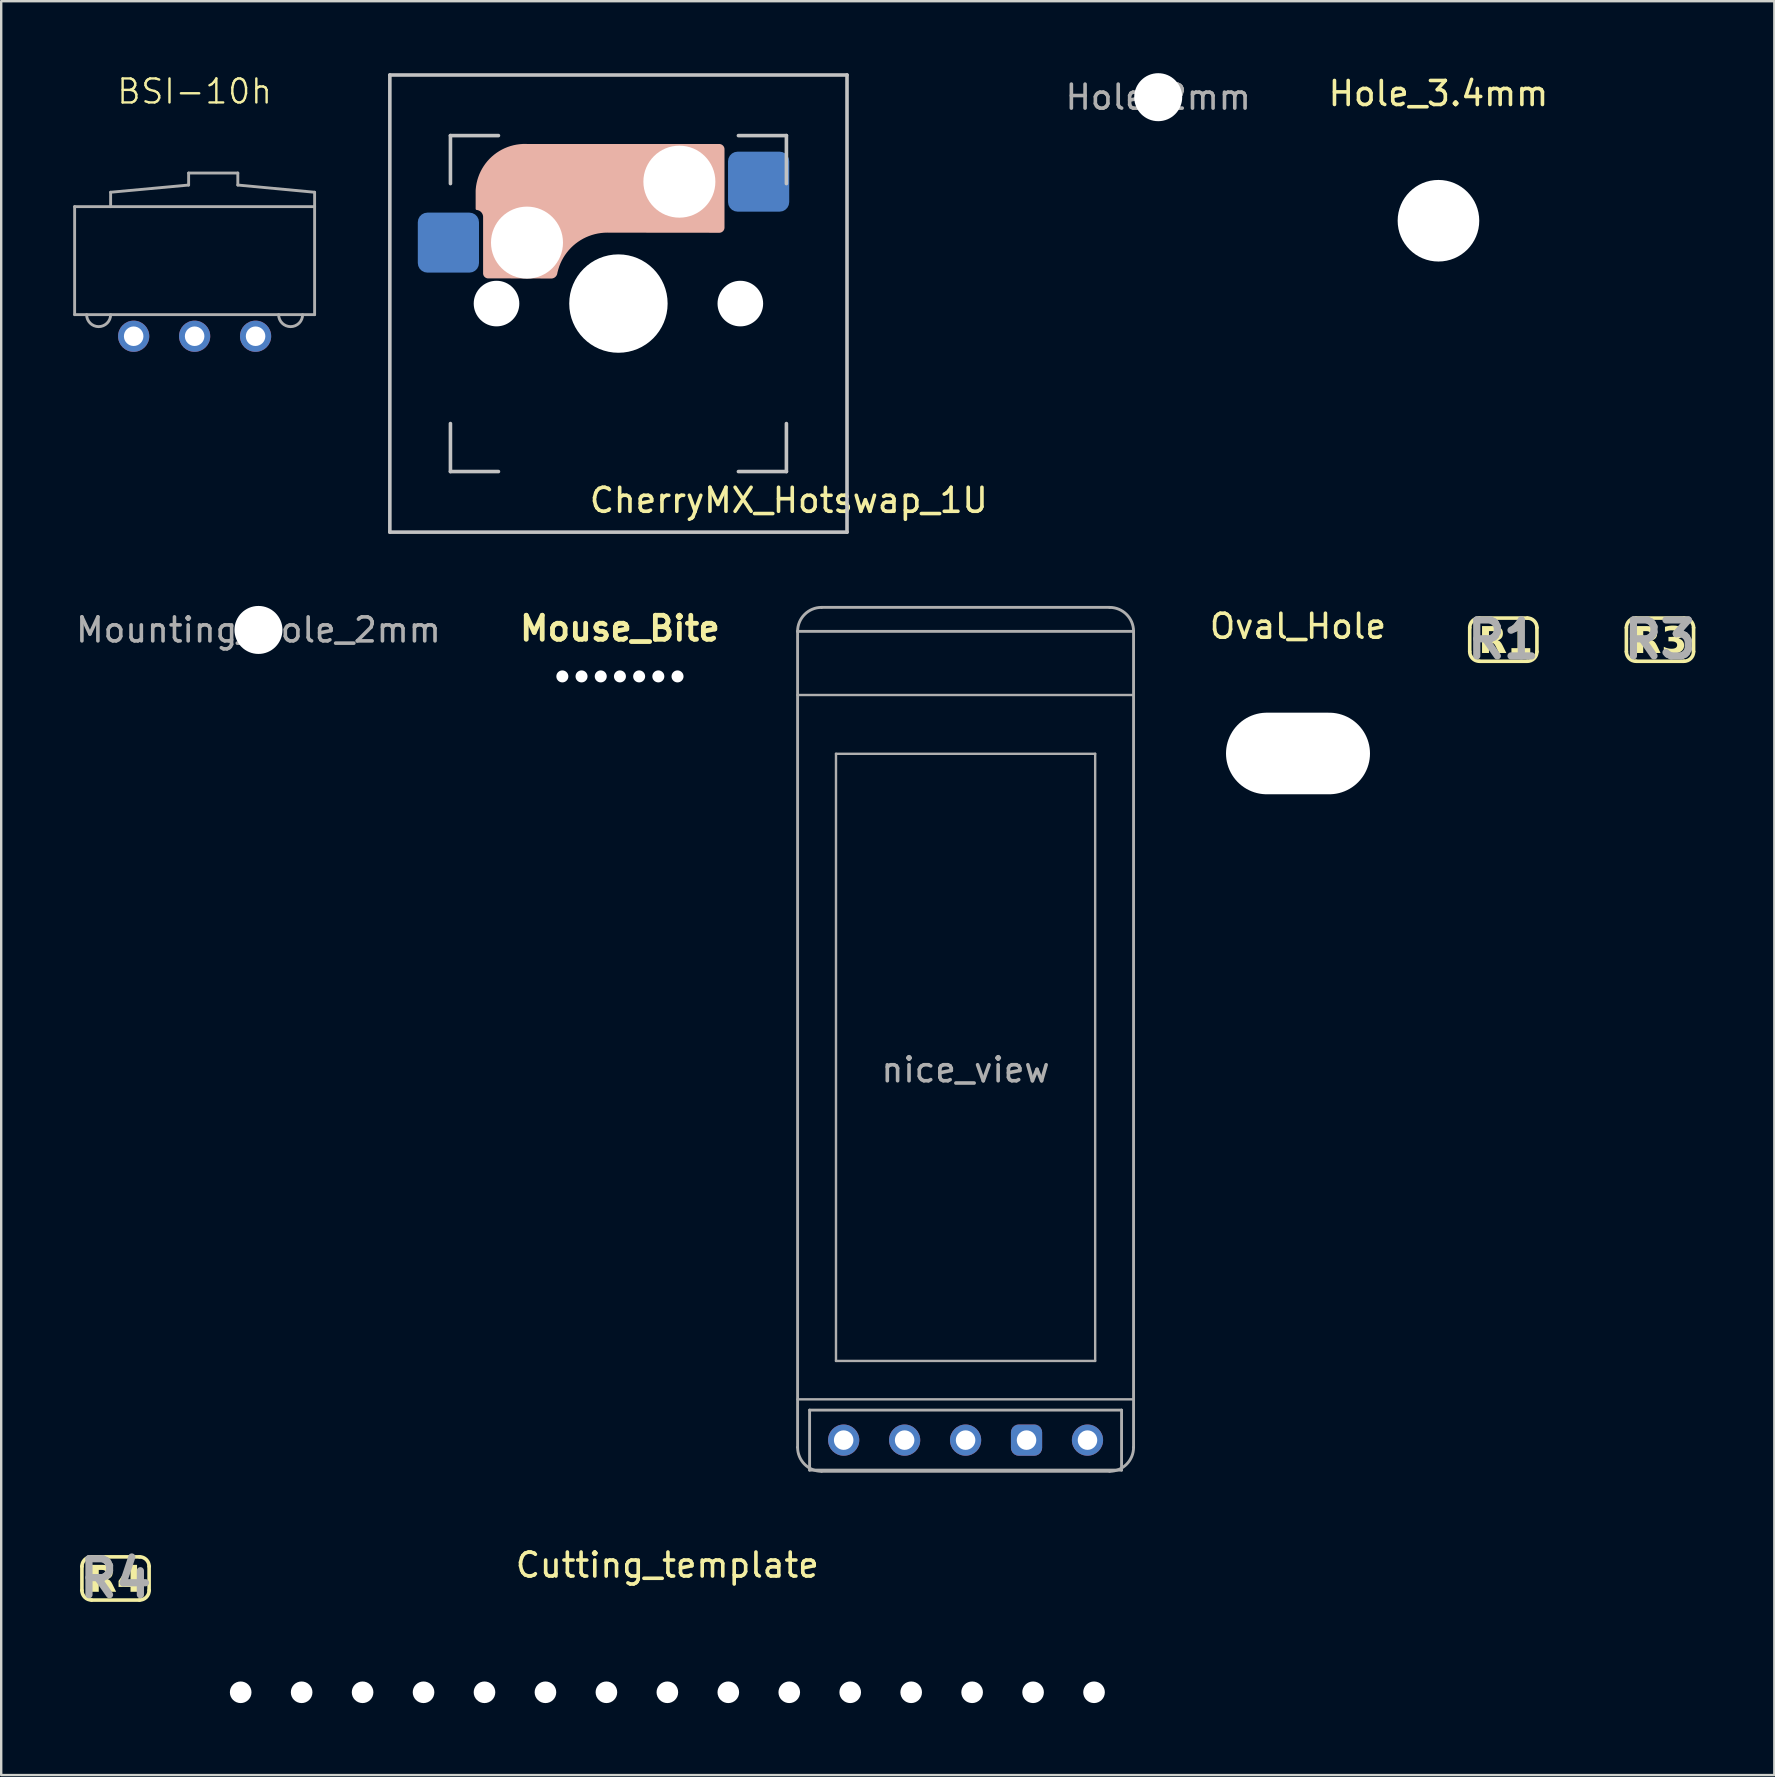
<source format=kicad_pcb>
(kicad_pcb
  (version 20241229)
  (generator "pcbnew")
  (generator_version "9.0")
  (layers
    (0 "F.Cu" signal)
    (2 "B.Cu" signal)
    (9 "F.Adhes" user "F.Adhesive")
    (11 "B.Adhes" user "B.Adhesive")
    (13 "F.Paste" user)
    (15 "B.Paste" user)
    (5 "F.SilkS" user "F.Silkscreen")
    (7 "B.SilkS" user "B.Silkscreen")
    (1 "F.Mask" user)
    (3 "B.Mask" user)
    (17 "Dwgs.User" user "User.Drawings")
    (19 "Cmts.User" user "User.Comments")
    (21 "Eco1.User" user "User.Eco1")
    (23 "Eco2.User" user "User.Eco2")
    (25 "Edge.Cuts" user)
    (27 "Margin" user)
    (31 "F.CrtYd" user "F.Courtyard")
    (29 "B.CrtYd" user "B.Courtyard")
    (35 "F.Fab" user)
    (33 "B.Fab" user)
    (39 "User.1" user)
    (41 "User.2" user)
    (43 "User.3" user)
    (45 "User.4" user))
  (footprint "Oval_Hole"
    (layer "F.Cu")
    (at 51.038 28.348)
    (property "Reference" "Oval_Hole" (at 0 -5.3 0) (layer "F.SilkS") (effects (font (size 1 1) (thickness 0.15))))
    (attr exclude_from_pos_files)
    (pad "" np_thru_hole oval (at 0 0) (size 6 3.4) (drill oval 6 3.4) (layers "*.Cu" "*.Mask")))
  (footprint "CherryMX_Hotswap_1U"
    (layer "F.Cu")
    (at 22.72 9.6)
    (property "Reference" "CherryMX_Hotswap_1U" (at 7.1 8.2 0) (layer "F.SilkS") (effects (font (size 1 1) (thickness 0.15))))
    (attr smd)
    (fp_poly (pts (arc (start -0.399851 -3.004945) (mid -1.821844 -2.531057) (end -2.6 -1.25)) (arc (start -2.6 -1.25) (mid -2.673129 -1.137507) (end -2.8 -1.093845)) (arc (start -5.429056 -1.099727) (mid -5.542446 -1.146843) (end -5.589054 -1.260443)) (arc (start -5.589054 -3.620443) (mid -5.682893 -3.843375) (end -5.9 -3.95)) (arc (start -5.9 -4.699999) (mid -5.243504 -6.084924) (end -3.800001 -6.6)) (arc (start 4.2 -6.599792) (mid 4.320205 -6.55) (end 4.37 -6.429792)) (arc (start 4.370208 -3.17) (mid 4.320417 -3.049789) (end 4.200208 -3))) (stroke (width 0.1) (type solid)) (fill yes) (layer "B.SilkS"))
    (fp_line (start -9.525 -9.525) (end 9.525 -9.525) (stroke (width 0.15) (type solid)) (layer "Dwgs.User"))
    (fp_line (start -9.525 9.525) (end -9.525 -9.525) (stroke (width 0.15) (type solid)) (layer "Dwgs.User"))
    (fp_line (start -7 -7) (end -5 -7) (stroke (width 0.15) (type solid)) (layer "Dwgs.User"))
    (fp_line (start -7 -5) (end -7 -7) (stroke (width 0.15) (type solid)) (layer "Dwgs.User"))
    (fp_line (start -7 5) (end -7 7) (stroke (width 0.15) (type solid)) (layer "Dwgs.User"))
    (fp_line (start -7 7) (end -5 7) (stroke (width 0.15) (type solid)) (layer "Dwgs.User"))
    (fp_line (start 5 7) (end 7 7) (stroke (width 0.15) (type solid)) (layer "Dwgs.User"))
    (fp_line (start 7 -7) (end 5 -7) (stroke (width 0.15) (type solid)) (layer "Dwgs.User"))
    (fp_line (start 7 -7) (end 7 -5) (stroke (width 0.15) (type solid)) (layer "Dwgs.User"))
    (fp_line (start 7 7) (end 7 5) (stroke (width 0.15) (type solid)) (layer "Dwgs.User"))
    (fp_line (start 9.525 -9.525) (end 9.525 9.525) (stroke (width 0.15) (type solid)) (layer "Dwgs.User"))
    (fp_line (start 9.525 9.525) (end -9.525 9.525) (stroke (width 0.15) (type solid)) (layer "Dwgs.User"))
    (pad "" np_thru_hole circle (at -5.08 0) (size 1.9 1.9) (drill 1.9) (layers "*.Cu" "*.Mask"))
    (pad "" np_thru_hole circle (at -3.81 -2.54) (size 3 3) (drill 3) (layers "*.Cu" "*.Mask"))
    (pad "" np_thru_hole circle (at 0 0 90) (size 4.1 4.1) (drill 4.1) (layers "*.Cu" "*.Mask"))
    (pad "" np_thru_hole circle (at 2.54 -5.08) (size 3 3) (drill 3) (layers "*.Cu" "*.Mask"))
    (pad "" np_thru_hole circle (at 5.08 0) (size 1.9 1.9) (drill 1.9) (layers "*.Cu" "*.Mask"))
    (pad "1" smd roundrect (at -7.085 -2.54 180) (size 2.55 2.5) (layers "B.Cu" "B.Mask" "B.Paste") (roundrect_rratio 0.16))
    (pad "2" smd roundrect (at 5.842 -5.08 180) (size 2.55 2.5) (layers "B.Cu" "B.Mask" "B.Paste") (roundrect_rratio 0.16)))
  (footprint "BSI-10h"
    (layer "F.Cu")
    (at 5.06 5.561)
    (property "Reference" "BSI-10h" (at 0 -4.8 0) (unlocked yes) (layer "F.SilkS") (effects (font (size 1 1) (thickness 0.1))))
    (attr through_hole)
    (fp_line (start -5 0) (end 5 0) (stroke (width 0.12) (type default)) (layer "F.Fab"))
    (fp_line (start -5 4.5) (end -5 0) (stroke (width 0.12) (type default)) (layer "F.Fab"))
    (fp_line (start -3.5 -0.6) (end -0.25 -0.9) (stroke (width 0.12) (type default)) (layer "F.Fab"))
    (fp_line (start -3.5 0) (end -3.5 -0.6) (stroke (width 0.12) (type default)) (layer "F.Fab"))
    (fp_line (start -0.25 -1.4) (end -0.25 -0.9) (stroke (width 0.12) (type default)) (layer "F.Fab"))
    (fp_line (start -0.25 -1.4) (end 1.8 -1.4) (stroke (width 0.12) (type default)) (layer "F.Fab"))
    (fp_line (start 1.8 -1.4) (end 1.8 -0.9) (stroke (width 0.12) (type default)) (layer "F.Fab"))
    (fp_line (start 5 -0.6) (end 1.8 -0.9) (stroke (width 0.12) (type default)) (layer "F.Fab"))
    (fp_line (start 5 -0.6) (end 5 0) (stroke (width 0.12) (type default)) (layer "F.Fab"))
    (fp_line (start 5 0) (end 5 4.5) (stroke (width 0.12) (type default)) (layer "F.Fab"))
    (fp_line (start 5 4.5) (end -5 4.5) (stroke (width 0.12) (type default)) (layer "F.Fab"))
    (fp_arc (start -3.5 4.5) (mid -4 5) (end -4.5 4.5) (stroke (width 0.12) (type default)) (layer "F.Fab"))
    (fp_arc (start 4.5 4.5) (mid 4 5) (end 3.5 4.5) (stroke (width 0.12) (type default)) (layer "F.Fab"))
    (pad "1" thru_hole circle (at 0 5.4) (size 1.3 1.3) (drill 0.813) (layers "*.Cu" "B.Mask"))
    (pad "2" thru_hole circle (at -2.54 5.4) (size 1.3 1.3) (drill 0.813) (layers "*.Cu" "B.Mask"))
    (pad "3" thru_hole circle (at 2.54 5.4) (size 1.3 1.3) (drill 0.813) (layers "*.Cu" "B.Mask")))
  (footprint "Hole_2mm"
    (layer "F.Cu")
    (at 45.213 1)
    (property "Reference" "Hole_2mm" (at 0 0 0) (layer "F.Fab") (effects (font (size 1 1) (thickness 0.15))))
    (attr through_hole)
    (pad "" np_thru_hole circle (at 0 0 270) (size 2 2) (drill 2) (layers "*.Cu" "*.Mask")))
  (footprint "Mounting_Hole_2mm"
    (layer "F.Cu")
    (at 7.72 23.2)
    (property "Reference" "Mounting_Hole_2mm" (at 0 0 0) (layer "F.Fab") (effects (font (size 1 1) (thickness 0.15))))
    (pad "" np_thru_hole circle (at 0 0 270) (size 2 2) (drill 2) (layers "*.Cu" "*.Mask")))
  (footprint "R4"
    (layer "F.Cu")
    (at 1.764 62.724)
    (property "Reference" "R4" (at 0 0 0) (layer "F.Fab") (effects (font (size 1.5 1.5) (thickness 0.3))))
    (attr board_only exclude_from_pos_files exclude_from_bom)
    (fp_line (start -1.4 0.5) (end -1.4 -0.5) (stroke (width 0.15) (type default)) (layer "F.SilkS"))
    (fp_line (start 1 -0.9) (end -1 -0.9) (stroke (width 0.15) (type default)) (layer "F.SilkS"))
    (fp_line (start 1 0.9) (end -1 0.9) (stroke (width 0.15) (type default)) (layer "F.SilkS"))
    (fp_line (start 1.4 0.5) (end 1.4 -0.5) (stroke (width 0.15) (type default)) (layer "F.SilkS"))
    (fp_arc (start -1.4 -0.5) (mid -1.282843 -0.782843) (end -1 -0.9) (stroke (width 0.15) (type default)) (layer "F.SilkS"))
    (fp_arc (start -1 0.9) (mid -1.282843 0.782843) (end -1.4 0.5) (stroke (width 0.15) (type default)) (layer "F.SilkS"))
    (fp_arc (start 1 -0.9) (mid 1.282843 -0.782843) (end 1.4 -0.5) (stroke (width 0.15) (type default)) (layer "F.SilkS"))
    (fp_arc (start 1.4 0.5) (mid 1.282843 0.782843) (end 1 0.9) (stroke (width 0.15) (type default)) (layer "F.SilkS"))
    (fp_text user "R4" (at 0 0.1 0) (unlocked yes) (layer "F.SilkS") (effects (font (face "Roboto") (size 1.1 1.1) (thickness 0.22) (bold yes)))))
  (footprint "Mouse_Bite"
    (layer "F.Cu")
    (at 22.783 25.136)
    (property "Reference" "Mouse_Bite" (at 0 -2 0) (layer "F.SilkS") (effects (font (size 1 1) (thickness 0.2))))
    (pad "" np_thru_hole circle (at -2.4 0) (size 0.5 0.5) (drill 0.5) (layers "*.Cu" "*.Mask"))
    (pad "" np_thru_hole circle (at -1.6 0) (size 0.5 0.5) (drill 0.5) (layers "*.Cu" "*.Mask"))
    (pad "" np_thru_hole circle (at -0.8 0) (size 0.5 0.5) (drill 0.5) (layers "*.Cu" "*.Mask"))
    (pad "" np_thru_hole circle (at 0 0) (size 0.5 0.5) (drill 0.5) (layers "*.Cu" "*.Mask"))
    (pad "" np_thru_hole circle (at 0.8 0) (size 0.5 0.5) (drill 0.5) (layers "*.Cu" "*.Mask"))
    (pad "" np_thru_hole circle (at 1.6 0) (size 0.5 0.5) (drill 0.5) (layers "*.Cu" "*.Mask"))
    (pad "" np_thru_hole circle (at 2.4 0) (size 0.5 0.5) (drill 0.5) (layers "*.Cu" "*.Mask")))
  (footprint "R3"
    (layer "F.Cu")
    (at 66.122 23.604)
    (property "Reference" "R3" (at 0 0 0) (layer "F.Fab") (effects (font (size 1.5 1.5) (thickness 0.3))))
    (attr board_only exclude_from_pos_files exclude_from_bom)
    (fp_line (start -1.4 -0.5) (end -1.4 0.5) (stroke (width 0.15) (type default)) (layer "F.SilkS"))
    (fp_line (start -1 -0.9) (end 1 -0.9) (stroke (width 0.15) (type default)) (layer "F.SilkS"))
    (fp_line (start -1 0.9) (end 1 0.9) (stroke (width 0.15) (type default)) (layer "F.SilkS"))
    (fp_line (start 1.4 -0.5) (end 1.4 0.5) (stroke (width 0.15) (type default)) (layer "F.SilkS"))
    (fp_arc (start -1.4 -0.5) (mid -1.282843 -0.782843) (end -1 -0.9) (stroke (width 0.15) (type default)) (layer "F.SilkS"))
    (fp_arc (start -1 0.9) (mid -1.282843 0.782843) (end -1.4 0.5) (stroke (width 0.15) (type default)) (layer "F.SilkS"))
    (fp_arc (start 1 -0.9) (mid 1.282843 -0.782843) (end 1.4 -0.5) (stroke (width 0.15) (type default)) (layer "F.SilkS"))
    (fp_arc (start 1.4 0.5) (mid 1.282843 0.782843) (end 1 0.9) (stroke (width 0.15) (type default)) (layer "F.SilkS"))
    (fp_text user "R3" (at 0 0.1 0) (unlocked yes) (layer "F.SilkS") (effects (font (face "Roboto") (size 1.1 1.1) (thickness 0.22) (bold yes)))))
  (footprint "Сutting_template"
    (layer "F.Cu")
    (at 24.759 67.468)
    (property "Reference" "Сutting_template" (at 0 -5.3 0) (layer "F.SilkS") (effects (font (size 1 1) (thickness 0.15))))
    (attr exclude_from_pos_files)
    (pad "" np_thru_hole circle (at -17.78 0) (size 0.9 0.9) (drill 0.9) (layers "*.Cu" "*.Mask"))
    (pad "" np_thru_hole circle (at -15.24 0) (size 0.9 0.9) (drill 0.9) (layers "*.Cu" "*.Mask"))
    (pad "" np_thru_hole circle (at -12.7 0) (size 0.9 0.9) (drill 0.9) (layers "*.Cu" "*.Mask"))
    (pad "" np_thru_hole circle (at -10.16 0) (size 0.9 0.9) (drill 0.9) (layers "*.Cu" "*.Mask"))
    (pad "" np_thru_hole circle (at -7.62 0) (size 0.9 0.9) (drill 0.9) (layers "*.Cu" "*.Mask"))
    (pad "" np_thru_hole circle (at -5.08 0) (size 0.9 0.9) (drill 0.9) (layers "*.Cu" "*.Mask"))
    (pad "" np_thru_hole circle (at -2.54 0) (size 0.9 0.9) (drill 0.9) (layers "*.Cu" "*.Mask"))
    (pad "" np_thru_hole circle (at 0 0) (size 0.9 0.9) (drill 0.9) (layers "*.Cu" "*.Mask"))
    (pad "" np_thru_hole circle (at 2.54 0) (size 0.9 0.9) (drill 0.9) (layers "*.Cu" "*.Mask"))
    (pad "" np_thru_hole circle (at 5.08 0) (size 0.9 0.9) (drill 0.9) (layers "*.Cu" "*.Mask"))
    (pad "" np_thru_hole circle (at 7.62 0) (size 0.9 0.9) (drill 0.9) (layers "*.Cu" "*.Mask"))
    (pad "" np_thru_hole circle (at 10.16 0) (size 0.9 0.9) (drill 0.9) (layers "*.Cu" "*.Mask"))
    (pad "" np_thru_hole circle (at 12.7 0) (size 0.9 0.9) (drill 0.9) (layers "*.Cu" "*.Mask"))
    (pad "" np_thru_hole circle (at 15.24 0) (size 0.9 0.9) (drill 0.9) (layers "*.Cu" "*.Mask"))
    (pad "" np_thru_hole circle (at 17.78 0) (size 0.9 0.9) (drill 0.9) (layers "*.Cu" "*.Mask")))
  (footprint "nice_view"
    (layer "F.Cu")
    (at 37.186 56.96)
    (property "Reference" "nice_view" (at 0 -15.43 0) (unlocked yes) (layer "F.Fab") (effects (font (size 1 1) (thickness 0.15))))
    (attr through_hole)
    (fp_line (start -7 -31.05) (end 7 -31.05) (stroke (width 0.1) (type default)) (layer "F.Fab"))
    (fp_line (start -7 -1.7) (end 7 -1.7) (stroke (width 0.1) (type default)) (layer "F.Fab"))
    (fp_line (start -7 0.3) (end -7 -33.7) (stroke (width 0.12) (type solid)) (layer "F.Fab"))
    (fp_line (start -6.5 -1.25) (end -6.5 1.25) (stroke (width 0.12) (type default)) (layer "F.Fab"))
    (fp_line (start -6.5 -1.25) (end 6.5 -1.25) (stroke (width 0.12) (type default)) (layer "F.Fab"))
    (fp_line (start -6.5 1.25) (end 6.5 1.25) (stroke (width 0.12) (type default)) (layer "F.Fab"))
    (fp_line (start -6 -34.7) (end 6 -34.7) (stroke (width 0.12) (type solid)) (layer "F.Fab"))
    (fp_line (start -5.4 -28.6) (end -5.4 -3.3) (stroke (width 0.1) (type default)) (layer "F.Fab"))
    (fp_line (start -5.4 -28.6) (end 5.4 -28.6) (stroke (width 0.1) (type default)) (layer "F.Fab"))
    (fp_line (start 5.4 -28.6) (end 5.4 -3.3) (stroke (width 0.1) (type default)) (layer "F.Fab"))
    (fp_line (start 5.4 -3.3) (end -5.4 -3.3) (stroke (width 0.1) (type default)) (layer "F.Fab"))
    (fp_line (start 6 1.3) (end -6 1.3) (stroke (width 0.12) (type solid)) (layer "F.Fab"))
    (fp_line (start 6.5 -1.25) (end 6.5 1.25) (stroke (width 0.12) (type default)) (layer "F.Fab"))
    (fp_line (start 7 -33.7) (end -7 -33.7) (stroke (width 0.12) (type solid)) (layer "F.Fab"))
    (fp_line (start 7 -33.7) (end 7 0.3) (stroke (width 0.12) (type solid)) (layer "F.Fab"))
    (fp_arc (start -7 -33.7) (mid -6.707106 -34.407106) (end -6 -34.7) (stroke (width 0.12) (type default)) (layer "F.Fab"))
    (fp_arc (start -6 1.3) (mid -6.707107 1.007107) (end -7 0.3) (stroke (width 0.12) (type solid)) (layer "F.Fab"))
    (fp_arc (start 6 -34.7) (mid 6.707107 -34.407107) (end 7 -33.7) (stroke (width 0.12) (type solid)) (layer "F.Fab"))
    (fp_arc (start 7 0.3) (mid 6.707107 1.007107) (end 6 1.3) (stroke (width 0.12) (type solid)) (layer "F.Fab"))
    (pad "1" thru_hole circle (at -5.08 0) (size 1.3 1.3) (drill 0.813) (layers "*.Cu" "B.Mask"))
    (pad "2" thru_hole circle (at -2.54 0) (size 1.3 1.3) (drill 0.813) (layers "*.Cu" "B.Mask"))
    (pad "3" thru_hole circle (at 0 0) (size 1.3 1.3) (drill 0.813) (layers "*.Cu" "B.Mask"))
    (pad "4" thru_hole roundrect (at 2.54 0) (size 1.3 1.3) (drill 0.813) (layers "*.Cu" "B.Mask") (roundrect_rratio 0.25))
    (pad "5" thru_hole circle (at 5.08 0) (size 1.3 1.3) (drill 0.813) (layers "*.Cu" "B.Mask")))
  (footprint "R1"
    (layer "F.Cu")
    (at 59.594 23.604)
    (property "Reference" "R1" (at 0 0 0) (layer "F.Fab") (effects (font (size 1.5 1.5) (thickness 0.3))))
    (attr board_only exclude_from_pos_files exclude_from_bom)
    (fp_line (start -1.4 -0.5) (end -1.4 0.5) (stroke (width 0.15) (type default)) (layer "F.SilkS"))
    (fp_line (start -1 -0.9) (end 1 -0.9) (stroke (width 0.15) (type default)) (layer "F.SilkS"))
    (fp_line (start -1 0.9) (end 1 0.9) (stroke (width 0.15) (type default)) (layer "F.SilkS"))
    (fp_line (start 1.4 -0.5) (end 1.4 0.5) (stroke (width 0.15) (type default)) (layer "F.SilkS"))
    (fp_arc (start -1.4 -0.5) (mid -1.282843 -0.782843) (end -1 -0.9) (stroke (width 0.15) (type default)) (layer "F.SilkS"))
    (fp_arc (start -1 0.9) (mid -1.282843 0.782843) (end -1.4 0.5) (stroke (width 0.15) (type default)) (layer "F.SilkS"))
    (fp_arc (start 1 -0.9) (mid 1.282843 -0.782843) (end 1.4 -0.5) (stroke (width 0.15) (type default)) (layer "F.SilkS"))
    (fp_arc (start 1.4 0.5) (mid 1.282843 0.782843) (end 1 0.9) (stroke (width 0.15) (type default)) (layer "F.SilkS"))
    (fp_text user "R1" (at 0.1 0.1 0) (unlocked yes) (layer "F.SilkS") (effects (font (face "Roboto") (size 1.1 1.1) (thickness 0.22) (bold yes)))))
  (footprint "Hole_3.4mm"
    (layer "F.Cu")
    (at 56.891 6.148)
    (property "Reference" "Hole_3.4mm" (at 0 -5.3 0) (layer "F.SilkS") (effects (font (size 1 1) (thickness 0.15))))
    (attr exclude_from_pos_files)
    (pad "" np_thru_hole circle (at 0 0) (size 3.4 3.4) (drill 3.4) (layers "*.Cu" "*.Mask")))
  (gr_rect
    (start -3 -3)
    (end 70.887 70.918)
    (stroke (width 0.1) (type default))
    (fill no)
    (layer "Edge.Cuts")))
</source>
